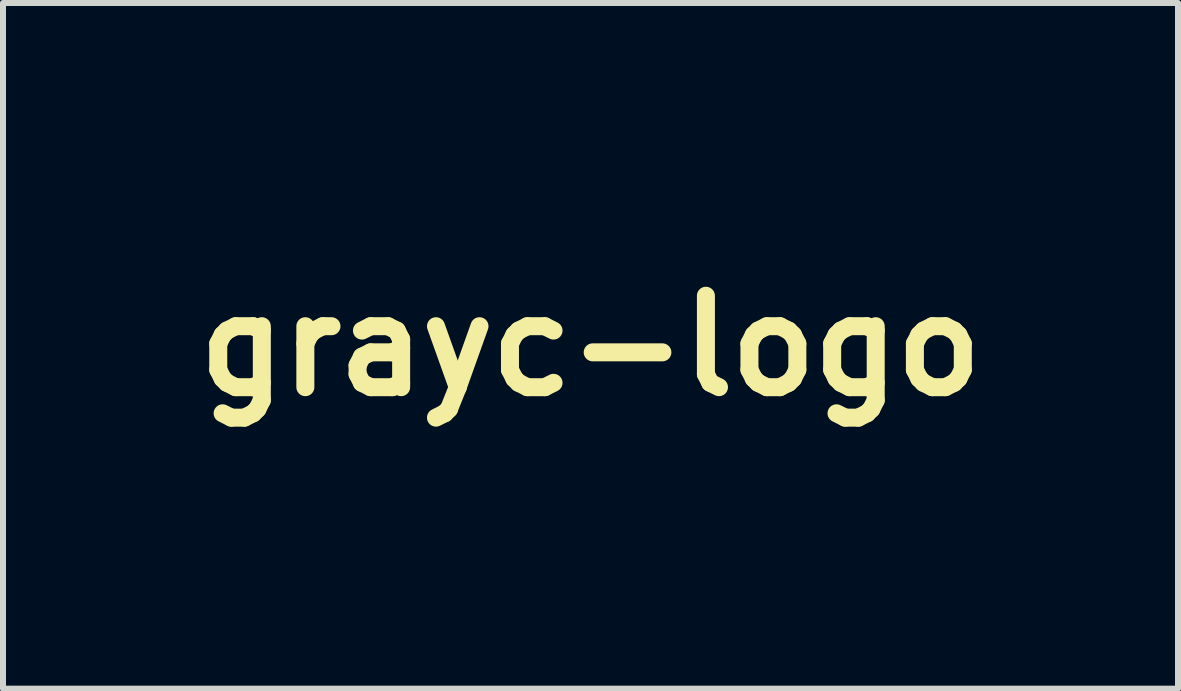
<source format=kicad_pcb>
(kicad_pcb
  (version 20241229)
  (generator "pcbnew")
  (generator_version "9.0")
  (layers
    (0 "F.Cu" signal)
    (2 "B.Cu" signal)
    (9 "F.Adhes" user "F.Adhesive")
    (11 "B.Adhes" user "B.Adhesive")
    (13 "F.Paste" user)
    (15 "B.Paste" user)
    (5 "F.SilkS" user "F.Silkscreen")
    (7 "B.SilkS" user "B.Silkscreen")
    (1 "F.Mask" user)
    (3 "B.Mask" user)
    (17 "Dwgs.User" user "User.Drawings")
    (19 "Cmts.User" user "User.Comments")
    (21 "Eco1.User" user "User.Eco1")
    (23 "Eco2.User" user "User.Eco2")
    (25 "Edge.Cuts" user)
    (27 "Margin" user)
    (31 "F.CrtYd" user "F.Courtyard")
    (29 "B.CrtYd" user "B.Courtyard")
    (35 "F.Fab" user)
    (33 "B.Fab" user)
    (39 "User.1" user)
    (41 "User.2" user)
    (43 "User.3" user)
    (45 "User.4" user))
  (footprint "grayc-logo"
    (layer "F.Cu")
    (at 6.793 2.714)
    (property "Reference" "grayc-logo" (at 0 0 0) (layer "F.SilkS") (effects (font (size 1.524 1.524) (thickness 0.3))))
    (attr through_hole)
    (fp_poly (pts (xy -1.185 -0.72) (xy -1.228 -0.677) (xy -1.27 -0.72) (xy -1.228 -0.762) (xy -1.185 -0.72)) (stroke (width 0.01) (type solid)) (fill yes) (layer "F.Mask"))
    (fp_poly (pts (xy 0.395 0.028) (xy 0.383 0.079) (xy 0.339 0.085) (xy 0.269 0.054) (xy 0.282 0.028) (xy 0.383 0.018) (xy 0.395 0.028)) (stroke (width 0.01) (type solid)) (fill yes) (layer "F.Mask"))
    (fp_poly (pts (xy -1.183 -1.161) (xy -0.905 -1.07) (xy -0.768 -1.012) (xy -0.53 -0.923) (xy -0.375 -0.905) (xy -0.344 -0.922) (xy -0.248 -0.933) (xy -0.058 -0.874) (xy 0.181 -0.767) (xy 0.421 -0.636) (xy 0.616 -0.504) (xy 0.712 -0.406) (xy 0.76 -0.27) (xy 0.693 -0.189) (xy 0.492 -0.154) (xy 0.211 -0.152) (xy -0.044 -0.145) (xy -0.213 -0.115) (xy -0.254 -0.082) (xy -0.185 -0.01) (xy -0.121 0) (xy 0.026 0.045) (xy 0.154 0.145) (xy 0.208 0.251) (xy 0.194 0.286) (xy 0.199 0.332) (xy 0.335 0.33) (xy 0.57 0.283) (xy 0.676 0.254) (xy 0.988 0.204) (xy 1.208 0.276) (xy 1.371 0.482) (xy 1.385 0.509) (xy 1.46 0.72) (xy 1.422 0.845) (xy 1.262 0.885) (xy 0.967 0.846) (xy 0.651 0.766) (xy 0.231 0.668) (xy -0.064 0.648) (xy -0.259 0.708) (xy -0.365 0.821) (xy -0.466 0.895) (xy -0.513 0.886) (xy -0.573 0.909) (xy -0.593 1.043) (xy -0.577 1.238) (xy -0.529 1.441) (xy -0.457 1.595) (xy -0.36 1.765) (xy -0.387 1.82) (xy -0.539 1.76) (xy -0.639 1.702) (xy -0.876 1.522) (xy -1.09 1.311) (xy -1.213 1.136) (xy -1.258 0.954) (xy -1.245 0.689) (xy -1.242 0.662) (xy -1.226 0.415) (xy -1.249 0.3) (xy -1.274 0.299) (xy -1.351 0.314) (xy -1.345 0.231) (xy -1.275 0.084) (xy -1.159 -0.089) (xy -1.017 -0.253) (xy -0.962 -0.302) (xy -0.818 -0.494) (xy -0.835 -0.667) (xy -1.009 -0.794) (xy -1.089 -0.818) (xy -1.329 -0.927) (xy -1.435 -1.092) (xy -1.438 -1.122) (xy -1.371 -1.18) (xy -1.183 -1.161)) (stroke (width 0.01) (type solid)) (fill yes) (layer "F.Mask"))
    (fp_poly (pts (xy 2.794 2.709) (xy -2.794 2.709) (xy -2.794 0.226) (xy -2.182 0.226) (xy -2.084 0.784) (xy -1.867 1.295) (xy -1.546 1.74) (xy -1.138 2.103) (xy -0.656 2.363) (xy -0.117 2.504) (xy 0.464 2.507) (xy 0.884 2.419) (xy 1.312 2.244) (xy 1.704 2.001) (xy 2.004 1.727) (xy 2.083 1.621) (xy 2.176 1.472) (xy 2.173 1.449) (xy 2.07 1.536) (xy 2.065 1.541) (xy 1.739 1.758) (xy 1.347 1.917) (xy 0.934 2.009) (xy 0.545 2.026) (xy 0.225 1.96) (xy 0.091 1.884) (xy -0.046 1.699) (xy -0.135 1.451) (xy -0.138 1.432) (xy -0.156 1.223) (xy -0.096 1.108) (xy 0.076 1.02) (xy 0.312 0.957) (xy 0.575 0.975) (xy 0.714 1.006) (xy 0.971 1.064) (xy 1.172 1.097) (xy 1.219 1.101) (xy 1.348 1.043) (xy 1.521 0.906) (xy 1.681 0.742) (xy 1.772 0.604) (xy 1.778 0.576) (xy 1.714 0.499) (xy 1.549 0.364) (xy 1.404 0.259) (xy 1.111 0.004) (xy 0.976 -0.243) (xy 0.873 -0.487) (xy 0.664 -0.711) (xy 0.325 -0.935) (xy 0.102 -1.052) (xy -0.148 -1.194) (xy -0.331 -1.326) (xy -0.394 -1.4) (xy -0.483 -1.513) (xy -0.568 -1.489) (xy -0.593 -1.388) (xy -0.643 -1.292) (xy -0.727 -1.303) (xy -0.928 -1.35) (xy -0.995 -1.355) (xy -1.062 -1.38) (xy -1.013 -1.475) (xy -0.925 -1.575) (xy -0.55 -1.911) (xy -0.132 -2.138) (xy 0.182 -2.245) (xy 0.635 -2.374) (xy 0.117 -2.339) (xy -0.513 -2.221) (xy -1.073 -1.967) (xy -1.539 -1.592) (xy -1.889 -1.109) (xy -1.962 -0.96) (xy -2.147 -0.362) (xy -2.182 0.226) (xy -2.794 0.226) (xy -2.794 -2.709) (xy 2.794 -2.709) (xy 2.794 2.709)) (stroke (width 0.01) (type solid)) (fill yes) (layer "F.Mask")))
  (gr_rect
    (start -3 -3)
    (end 16.585 8.429)
    (stroke (width 0.1) (type default))
    (fill no)
    (layer "Edge.Cuts")))
</source>
